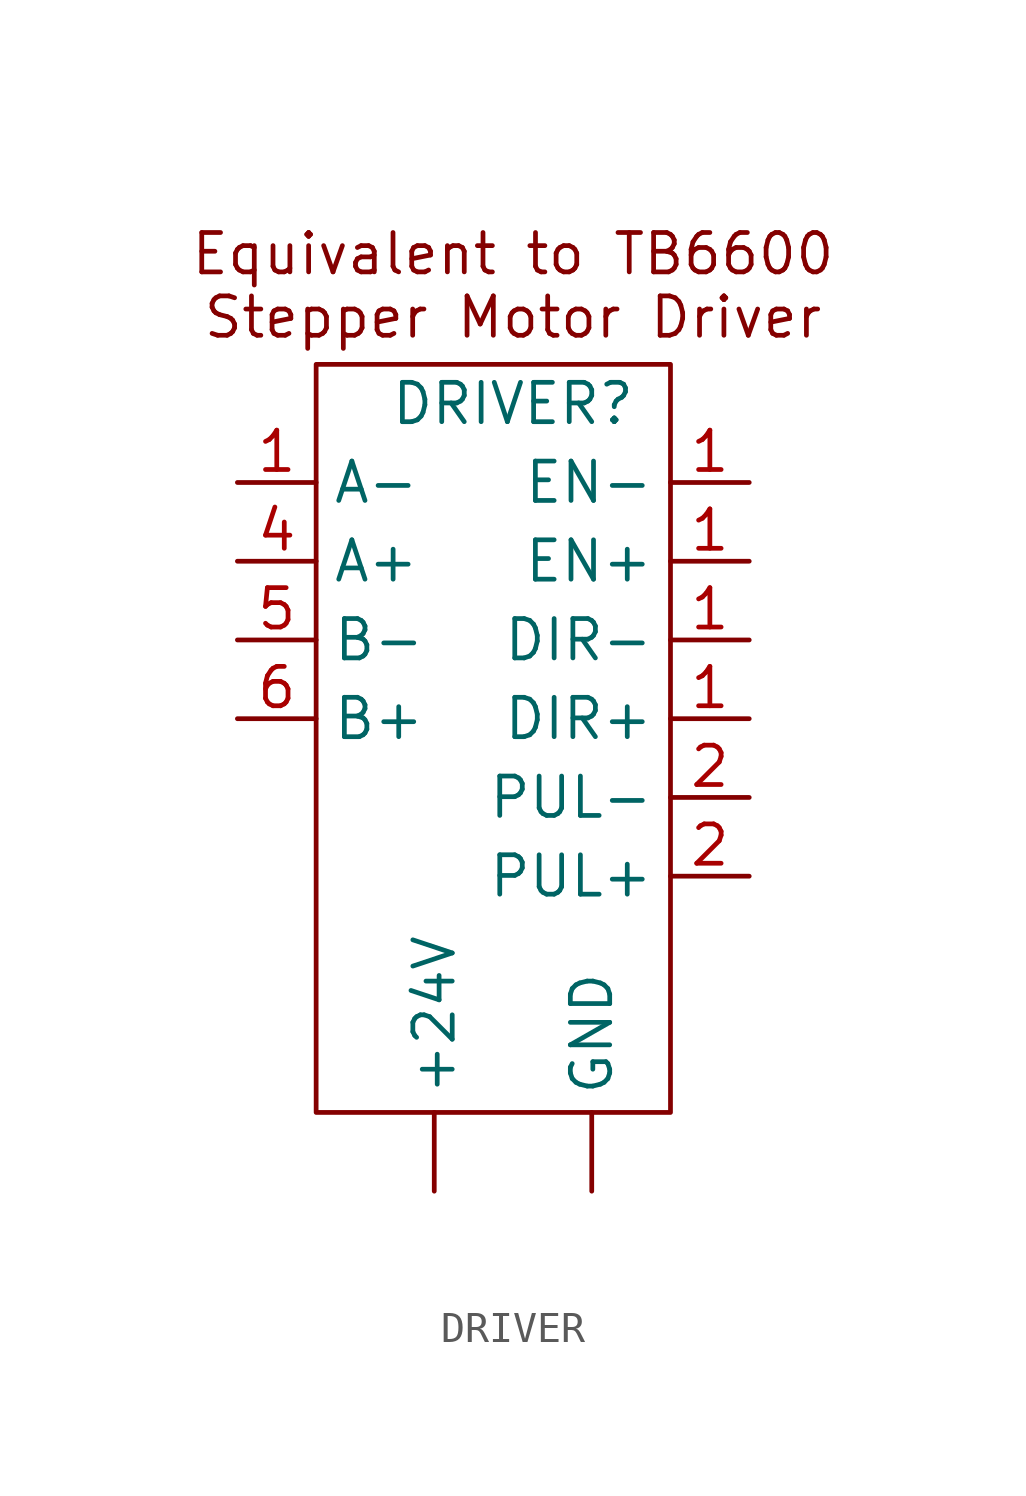
<source format=kicad_sym>
(kicad_symbol_lib
  (version 20220914)
  (generator kicad_symbol_editor)
  (symbol "DRIVER"
    (property "Reference" "DRIVER"
      (at 0 6.35 0)
      (effects (font (size 1.27 1.27))))
    (property "Value" ""
      (at 1.27 6.35 0)
      (effects (font (size 1.27 1.27))))
    (symbol "DRIVER_0_1"
      (rectangle (start -6.35 7.62) (end 5.08 -16.51) (stroke (width 0) (type default)) (fill (type none))))
    (symbol "DRIVER_1_1"
      (text "Equivalent to TB6600\nStepper Motor Driver" (at 0 10.16 0) (effects (font (size 1.27 1.27))))
      (pin input line (at -2.54 -19.05 90) (length 2.54) (name "+24V" (effects (font (size 1.27 1.27)))) (number "" (effects (font (size 1.27 1.27)))))
      (pin input line (at 2.54 -19.05 90) (length 2.54) (name "GND" (effects (font (size 1.27 1.27)))) (number "" (effects (font (size 1.27 1.27)))))
      (pin input line (at -8.89 3.81 0) (length 2.54) (name "A-" (effects (font (size 1.27 1.27)))) (number "1" (effects (font (size 1.27 1.27)))))
      (pin input line (at 7.62 -3.81 180) (length 2.54) (name "DIR+" (effects (font (size 1.27 1.27)))) (number "1" (effects (font (size 1.27 1.27)))))
      (pin input line (at 7.62 -1.27 180) (length 2.54) (name "DIR-" (effects (font (size 1.27 1.27)))) (number "1" (effects (font (size 1.27 1.27)))))
      (pin input line (at 7.62 1.27 180) (length 2.54) (name "EN+" (effects (font (size 1.27 1.27)))) (number "1" (effects (font (size 1.27 1.27)))))
      (pin input line (at 7.62 3.81 180) (length 2.54) (name "EN-" (effects (font (size 1.27 1.27)))) (number "1" (effects (font (size 1.27 1.27)))))
      (pin input line (at 7.62 -8.89 180) (length 2.54) (name "PUL+" (effects (font (size 1.27 1.27)))) (number "2" (effects (font (size 1.27 1.27)))))
      (pin input line (at 7.62 -6.35 180) (length 2.54) (name "PUL-" (effects (font (size 1.27 1.27)))) (number "2" (effects (font (size 1.27 1.27)))))
      (pin input line (at -8.89 1.27 0) (length 2.54) (name "A+" (effects (font (size 1.27 1.27)))) (number "4" (effects (font (size 1.27 1.27)))))
      (pin input line (at -8.89 -1.27 0) (length 2.54) (name "B-" (effects (font (size 1.27 1.27)))) (number "5" (effects (font (size 1.27 1.27)))))
      (pin input line (at -8.89 -3.81 0) (length 2.54) (name "B+" (effects (font (size 1.27 1.27)))) (number "6" (effects (font (size 1.27 1.27))))))))
</source>
